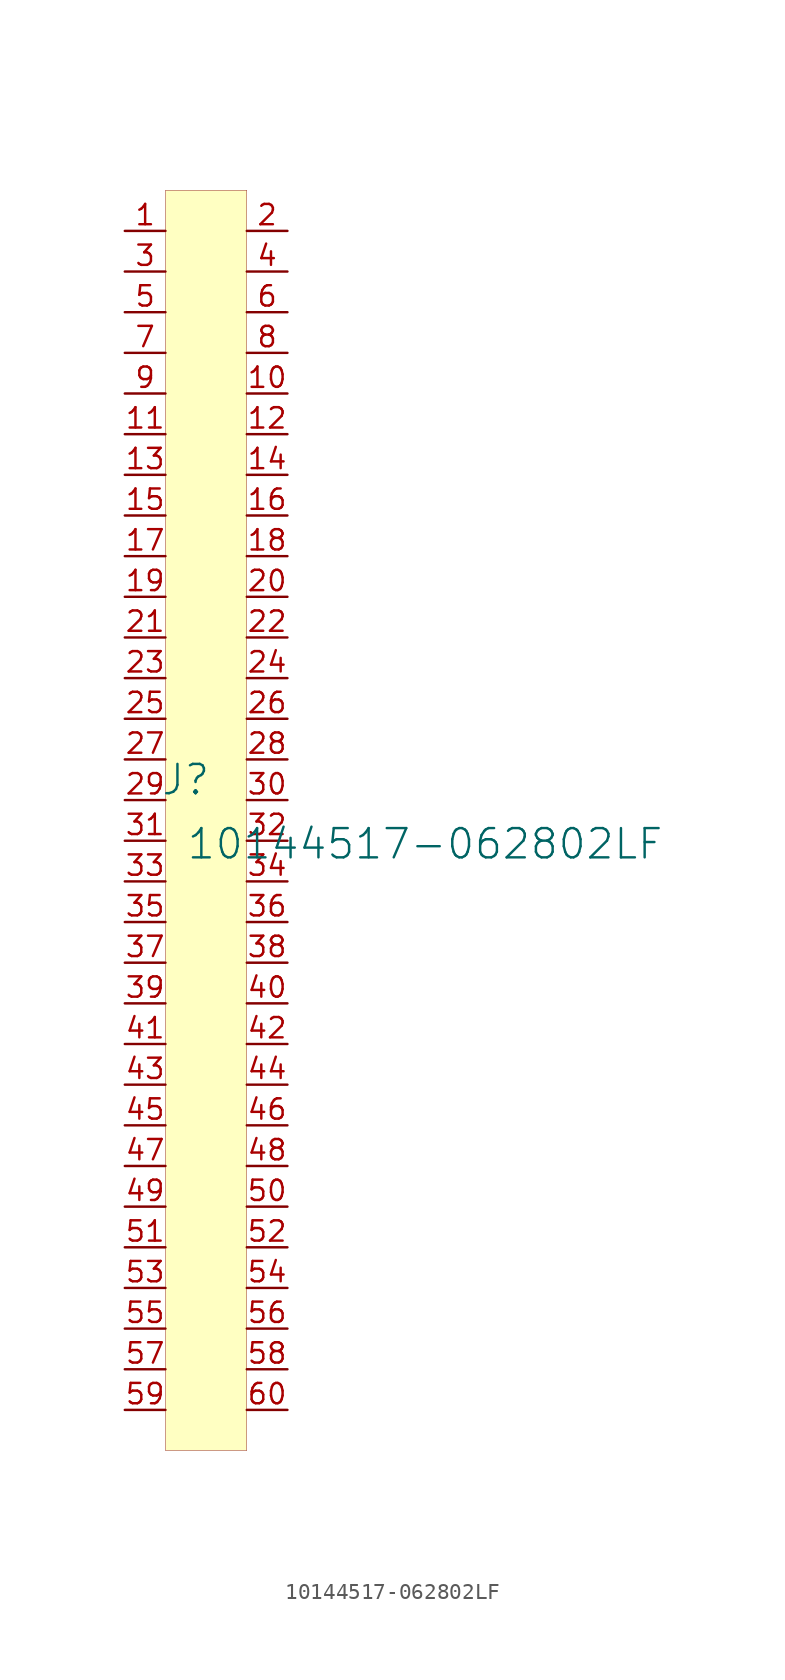
<source format=kicad_sym>
(kicad_symbol_lib
  (version 20231120)
  (generator "kicad_symbol_editor")
  (generator_version "8.0")
  (symbol "10144517-062802LF"
    (property "Reference" "J"
      (at -1.27 1.27 0)
      (effects (font (size 1.829 1.829))))
    (property "Value" "10144517-062802LF"
      (at -1.27 -3.81 0)
      (effects (font (size 1.829 1.829)) (justify left bottom)))
    (symbol "10144517-062802LF_1_0"
      (rectangle (start 2.54 38.1) (end -2.54 -40.64) (stroke (width 0.025) (type solid) (color 128 0 0 1)) (fill (type background)))
      (pin passive line (at -5.08 35.56 0) (length 2.54) (name "" (effects (font (size 1.27 1.27)))) (number "1" (effects (font (size 1.27 1.27)))))
      (pin passive line (at 5.08 25.4 180) (length 2.54) (name "" (effects (font (size 1.27 1.27)))) (number "10" (effects (font (size 1.27 1.27)))))
      (pin passive line (at -5.08 22.86 0) (length 2.54) (name "" (effects (font (size 1.27 1.27)))) (number "11" (effects (font (size 1.27 1.27)))))
      (pin passive line (at 5.08 22.86 180) (length 2.54) (name "" (effects (font (size 1.27 1.27)))) (number "12" (effects (font (size 1.27 1.27)))))
      (pin passive line (at -5.08 20.32 0) (length 2.54) (name "" (effects (font (size 1.27 1.27)))) (number "13" (effects (font (size 1.27 1.27)))))
      (pin passive line (at 5.08 20.32 180) (length 2.54) (name "" (effects (font (size 1.27 1.27)))) (number "14" (effects (font (size 1.27 1.27)))))
      (pin passive line (at -5.08 17.78 0) (length 2.54) (name "" (effects (font (size 1.27 1.27)))) (number "15" (effects (font (size 1.27 1.27)))))
      (pin passive line (at 5.08 17.78 180) (length 2.54) (name "" (effects (font (size 1.27 1.27)))) (number "16" (effects (font (size 1.27 1.27)))))
      (pin passive line (at -5.08 15.24 0) (length 2.54) (name "" (effects (font (size 1.27 1.27)))) (number "17" (effects (font (size 1.27 1.27)))))
      (pin passive line (at 5.08 15.24 180) (length 2.54) (name "" (effects (font (size 1.27 1.27)))) (number "18" (effects (font (size 1.27 1.27)))))
      (pin passive line (at -5.08 12.7 0) (length 2.54) (name "" (effects (font (size 1.27 1.27)))) (number "19" (effects (font (size 1.27 1.27)))))
      (pin passive line (at 5.08 35.56 180) (length 2.54) (name "" (effects (font (size 1.27 1.27)))) (number "2" (effects (font (size 1.27 1.27)))))
      (pin passive line (at 5.08 12.7 180) (length 2.54) (name "" (effects (font (size 1.27 1.27)))) (number "20" (effects (font (size 1.27 1.27)))))
      (pin passive line (at -5.08 10.16 0) (length 2.54) (name "" (effects (font (size 1.27 1.27)))) (number "21" (effects (font (size 1.27 1.27)))))
      (pin passive line (at 5.08 10.16 180) (length 2.54) (name "" (effects (font (size 1.27 1.27)))) (number "22" (effects (font (size 1.27 1.27)))))
      (pin passive line (at -5.08 7.62 0) (length 2.54) (name "" (effects (font (size 1.27 1.27)))) (number "23" (effects (font (size 1.27 1.27)))))
      (pin passive line (at 5.08 7.62 180) (length 2.54) (name "" (effects (font (size 1.27 1.27)))) (number "24" (effects (font (size 1.27 1.27)))))
      (pin passive line (at -5.08 5.08 0) (length 2.54) (name "" (effects (font (size 1.27 1.27)))) (number "25" (effects (font (size 1.27 1.27)))))
      (pin passive line (at 5.08 5.08 180) (length 2.54) (name "" (effects (font (size 1.27 1.27)))) (number "26" (effects (font (size 1.27 1.27)))))
      (pin passive line (at -5.08 2.54 0) (length 2.54) (name "" (effects (font (size 1.27 1.27)))) (number "27" (effects (font (size 1.27 1.27)))))
      (pin passive line (at 5.08 2.54 180) (length 2.54) (name "" (effects (font (size 1.27 1.27)))) (number "28" (effects (font (size 1.27 1.27)))))
      (pin passive line (at -5.08 0 0) (length 2.54) (name "" (effects (font (size 1.27 1.27)))) (number "29" (effects (font (size 1.27 1.27)))))
      (pin passive line (at -5.08 33.02 0) (length 2.54) (name "" (effects (font (size 1.27 1.27)))) (number "3" (effects (font (size 1.27 1.27)))))
      (pin passive line (at 5.08 0 180) (length 2.54) (name "" (effects (font (size 1.27 1.27)))) (number "30" (effects (font (size 1.27 1.27)))))
      (pin passive line (at -5.08 -2.54 0) (length 2.54) (name "" (effects (font (size 1.27 1.27)))) (number "31" (effects (font (size 1.27 1.27)))))
      (pin passive line (at 5.08 -2.54 180) (length 2.54) (name "" (effects (font (size 1.27 1.27)))) (number "32" (effects (font (size 1.27 1.27)))))
      (pin passive line (at -5.08 -5.08 0) (length 2.54) (name "" (effects (font (size 1.27 1.27)))) (number "33" (effects (font (size 1.27 1.27)))))
      (pin passive line (at 5.08 -5.08 180) (length 2.54) (name "" (effects (font (size 1.27 1.27)))) (number "34" (effects (font (size 1.27 1.27)))))
      (pin passive line (at -5.08 -7.62 0) (length 2.54) (name "" (effects (font (size 1.27 1.27)))) (number "35" (effects (font (size 1.27 1.27)))))
      (pin passive line (at 5.08 -7.62 180) (length 2.54) (name "" (effects (font (size 1.27 1.27)))) (number "36" (effects (font (size 1.27 1.27)))))
      (pin passive line (at -5.08 -10.16 0) (length 2.54) (name "" (effects (font (size 1.27 1.27)))) (number "37" (effects (font (size 1.27 1.27)))))
      (pin passive line (at 5.08 -10.16 180) (length 2.54) (name "" (effects (font (size 1.27 1.27)))) (number "38" (effects (font (size 1.27 1.27)))))
      (pin passive line (at -5.08 -12.7 0) (length 2.54) (name "" (effects (font (size 1.27 1.27)))) (number "39" (effects (font (size 1.27 1.27)))))
      (pin passive line (at 5.08 33.02 180) (length 2.54) (name "" (effects (font (size 1.27 1.27)))) (number "4" (effects (font (size 1.27 1.27)))))
      (pin passive line (at 5.08 -12.7 180) (length 2.54) (name "" (effects (font (size 1.27 1.27)))) (number "40" (effects (font (size 1.27 1.27)))))
      (pin passive line (at -5.08 -15.24 0) (length 2.54) (name "41" (effects (font (size 0 0)))) (number "41" (effects (font (size 1.27 1.27)))))
      (pin passive line (at 5.08 -15.24 180) (length 2.54) (name "42" (effects (font (size 0 0)))) (number "42" (effects (font (size 1.27 1.27)))))
      (pin passive line (at -5.08 -17.78 0) (length 2.54) (name "43" (effects (font (size 0 0)))) (number "43" (effects (font (size 1.27 1.27)))))
      (pin passive line (at 5.08 -17.78 180) (length 2.54) (name "44" (effects (font (size 0 0)))) (number "44" (effects (font (size 1.27 1.27)))))
      (pin passive line (at -5.08 -20.32 0) (length 2.54) (name "45" (effects (font (size 0 0)))) (number "45" (effects (font (size 1.27 1.27)))))
      (pin passive line (at 5.08 -20.32 180) (length 2.54) (name "46" (effects (font (size 0 0)))) (number "46" (effects (font (size 1.27 1.27)))))
      (pin passive line (at -5.08 -22.86 0) (length 2.54) (name "47" (effects (font (size 0 0)))) (number "47" (effects (font (size 1.27 1.27)))))
      (pin passive line (at 5.08 -22.86 180) (length 2.54) (name "48" (effects (font (size 0 0)))) (number "48" (effects (font (size 1.27 1.27)))))
      (pin passive line (at -5.08 -25.4 0) (length 2.54) (name "49" (effects (font (size 0 0)))) (number "49" (effects (font (size 1.27 1.27)))))
      (pin passive line (at -5.08 30.48 0) (length 2.54) (name "" (effects (font (size 1.27 1.27)))) (number "5" (effects (font (size 1.27 1.27)))))
      (pin passive line (at 5.08 -25.4 180) (length 2.54) (name "50" (effects (font (size 0 0)))) (number "50" (effects (font (size 1.27 1.27)))))
      (pin passive line (at -5.08 -27.94 0) (length 2.54) (name "51" (effects (font (size 0 0)))) (number "51" (effects (font (size 1.27 1.27)))))
      (pin passive line (at 5.08 -27.94 180) (length 2.54) (name "52" (effects (font (size 0 0)))) (number "52" (effects (font (size 1.27 1.27)))))
      (pin passive line (at -5.08 -30.48 0) (length 2.54) (name "53" (effects (font (size 0 0)))) (number "53" (effects (font (size 1.27 1.27)))))
      (pin passive line (at 5.08 -30.48 180) (length 2.54) (name "54" (effects (font (size 0 0)))) (number "54" (effects (font (size 1.27 1.27)))))
      (pin passive line (at -5.08 -33.02 0) (length 2.54) (name "55" (effects (font (size 0 0)))) (number "55" (effects (font (size 1.27 1.27)))))
      (pin passive line (at 5.08 -33.02 180) (length 2.54) (name "56" (effects (font (size 0 0)))) (number "56" (effects (font (size 1.27 1.27)))))
      (pin passive line (at -5.08 -35.56 0) (length 2.54) (name "57" (effects (font (size 0 0)))) (number "57" (effects (font (size 1.27 1.27)))))
      (pin passive line (at 5.08 -35.56 180) (length 2.54) (name "58" (effects (font (size 0 0)))) (number "58" (effects (font (size 1.27 1.27)))))
      (pin passive line (at -5.08 -38.1 0) (length 2.54) (name "59" (effects (font (size 0 0)))) (number "59" (effects (font (size 1.27 1.27)))))
      (pin passive line (at 5.08 30.48 180) (length 2.54) (name "" (effects (font (size 1.27 1.27)))) (number "6" (effects (font (size 1.27 1.27)))))
      (pin passive line (at 5.08 -38.1 180) (length 2.54) (name "60" (effects (font (size 0 0)))) (number "60" (effects (font (size 1.27 1.27)))))
      (pin passive line (at -5.08 27.94 0) (length 2.54) (name "" (effects (font (size 1.27 1.27)))) (number "7" (effects (font (size 1.27 1.27)))))
      (pin passive line (at 5.08 27.94 180) (length 2.54) (name "" (effects (font (size 1.27 1.27)))) (number "8" (effects (font (size 1.27 1.27)))))
      (pin passive line (at -5.08 25.4 0) (length 2.54) (name "" (effects (font (size 1.27 1.27)))) (number "9" (effects (font (size 1.27 1.27))))))))
</source>
